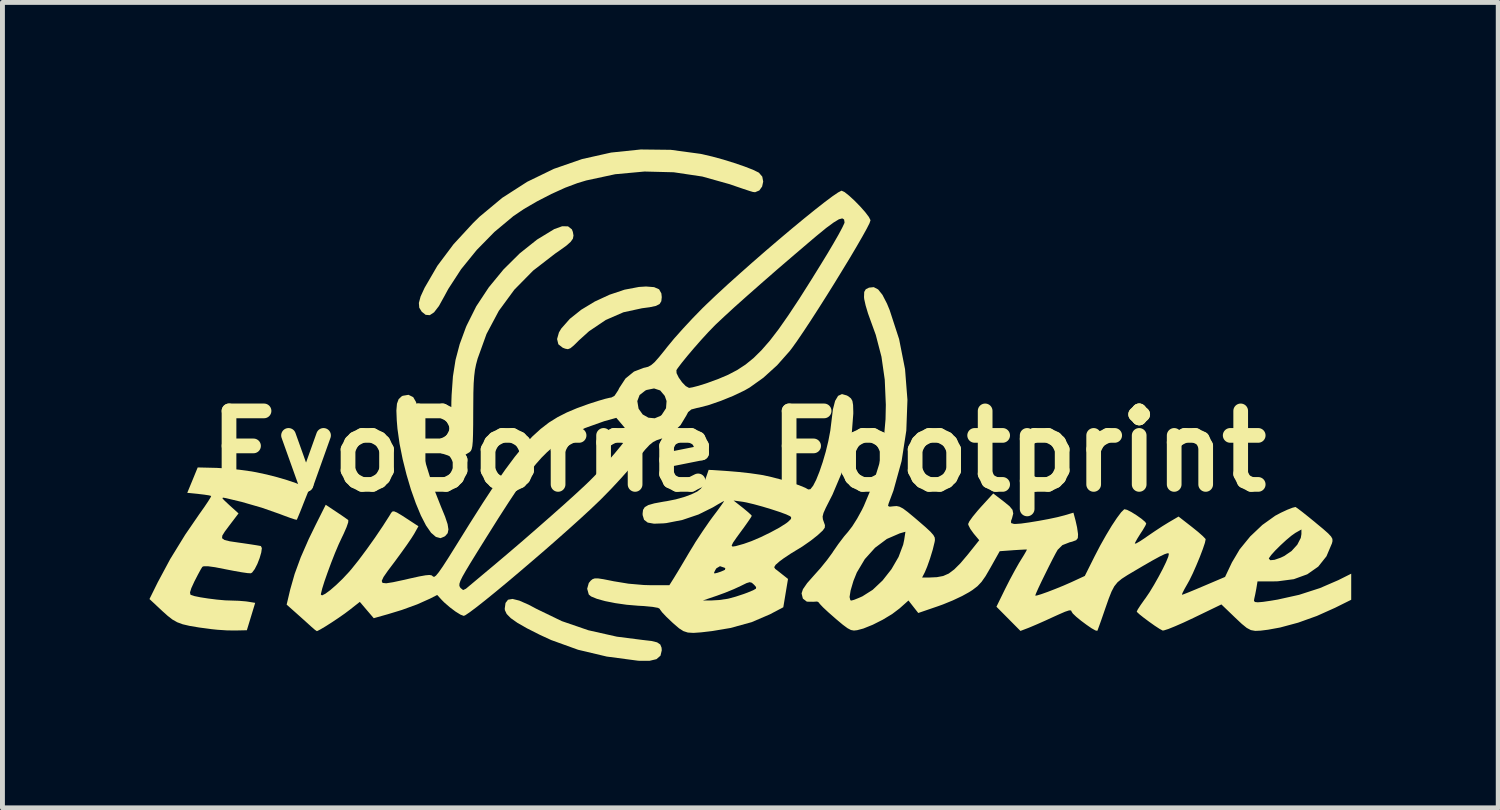
<source format=kicad_pcb>
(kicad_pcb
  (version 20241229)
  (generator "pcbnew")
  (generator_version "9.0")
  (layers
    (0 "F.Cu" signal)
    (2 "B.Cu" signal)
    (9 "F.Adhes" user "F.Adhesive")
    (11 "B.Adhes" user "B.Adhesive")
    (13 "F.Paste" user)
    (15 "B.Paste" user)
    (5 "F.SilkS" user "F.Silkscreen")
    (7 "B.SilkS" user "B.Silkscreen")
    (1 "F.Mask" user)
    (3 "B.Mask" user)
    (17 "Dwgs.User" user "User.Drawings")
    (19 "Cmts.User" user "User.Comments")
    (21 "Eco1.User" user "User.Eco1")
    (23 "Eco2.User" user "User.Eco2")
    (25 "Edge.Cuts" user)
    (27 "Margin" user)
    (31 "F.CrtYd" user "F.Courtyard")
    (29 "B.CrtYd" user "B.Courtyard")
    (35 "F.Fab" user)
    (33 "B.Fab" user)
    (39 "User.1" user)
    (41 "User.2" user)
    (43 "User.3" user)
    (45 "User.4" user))
  (footprint "EvoBorne Footprint"
    (layer "F.Cu")
    (at 12.016 6.156)
    (property "Reference" "EvoBorne Footprint" (at 0 0 0) (layer "F.SilkS") (effects (font (size 1.5 1.5) (thickness 0.3))))
    (attr board_only exclude_from_pos_files exclude_from_bom)
    (fp_poly (pts (xy -1.719 -3.347) (xy -1.618 -3.303) (xy -1.571 -3.219) (xy -1.563 -3.143) (xy -1.572 -3.06) (xy -1.607 -3.003) (xy -1.682 -2.964) (xy -1.81 -2.937) (xy -1.967 -2.916) (xy -2.345 -2.834) (xy -2.706 -2.677) (xy -3.047 -2.447) (xy -3.252 -2.262) (xy -3.357 -2.158) (xy -3.426 -2.101) (xy -3.478 -2.081) (xy -3.532 -2.091) (xy -3.584 -2.111) (xy -3.673 -2.181) (xy -3.699 -2.288) (xy -3.661 -2.423) (xy -3.613 -2.503) (xy -3.439 -2.7) (xy -3.206 -2.886) (xy -2.93 -3.053) (xy -2.63 -3.192) (xy -2.323 -3.295) (xy -2.028 -3.351) (xy -1.883 -3.36)) (stroke (width 0) (type solid)) (fill yes) (layer "F.SilkS"))
    (fp_poly (pts (xy -4.47 3.049) (xy -4.281 3.132) (xy -4.113 3.221) (xy -3.602 3.468) (xy -3.061 3.654) (xy -2.479 3.785) (xy -1.954 3.852) (xy -1.773 3.873) (xy -1.658 3.901) (xy -1.593 3.945) (xy -1.567 4.01) (xy -1.563 4.064) (xy -1.589 4.173) (xy -1.671 4.244) (xy -1.813 4.278) (xy -2.02 4.277) (xy -2.052 4.275) (xy -2.685 4.191) (xy -3.271 4.052) (xy -3.819 3.854) (xy -4.049 3.748) (xy -4.312 3.615) (xy -4.508 3.503) (xy -4.644 3.407) (xy -4.727 3.323) (xy -4.764 3.244) (xy -4.767 3.212) (xy -4.751 3.097) (xy -4.7 3.031) (xy -4.608 3.015)) (stroke (width 0) (type solid)) (fill yes) (layer "F.SilkS"))
    (fp_poly (pts (xy -6.635 -1.103) (xy -6.575 -0.999) (xy -6.562 -0.908) (xy -6.52 -0.396) (xy -6.415 0.132) (xy -6.244 0.685) (xy -6.07 1.127) (xy -5.984 1.336) (xy -5.933 1.489) (xy -5.916 1.597) (xy -5.931 1.673) (xy -5.978 1.728) (xy -5.999 1.743) (xy -6.077 1.775) (xy -6.163 1.752) (xy -6.175 1.747) (xy -6.27 1.665) (xy -6.373 1.517) (xy -6.478 1.313) (xy -6.581 1.065) (xy -6.681 0.783) (xy -6.771 0.479) (xy -6.85 0.163) (xy -6.913 -0.152) (xy -6.956 -0.458) (xy -6.97 -0.625) (xy -6.978 -0.829) (xy -6.966 -0.969) (xy -6.932 -1.061) (xy -6.873 -1.117) (xy -6.849 -1.13) (xy -6.731 -1.15)) (stroke (width 0) (type solid)) (fill yes) (layer "F.SilkS"))
    (fp_poly (pts (xy -3.476 -4.588) (xy -3.397 -4.526) (xy -3.377 -4.474) (xy -3.364 -4.4) (xy -3.376 -4.336) (xy -3.422 -4.271) (xy -3.51 -4.193) (xy -3.651 -4.092) (xy -3.739 -4.031) (xy -4.188 -3.684) (xy -4.571 -3.295) (xy -4.888 -2.863) (xy -5.139 -2.391) (xy -5.321 -1.886) (xy -5.352 -1.77) (xy -5.375 -1.657) (xy -5.39 -1.533) (xy -5.401 -1.383) (xy -5.407 -1.192) (xy -5.409 -0.944) (xy -5.41 -0.808) (xy -5.411 -0.542) (xy -5.414 -0.343) (xy -5.419 -0.201) (xy -5.428 -0.105) (xy -5.441 -0.043) (xy -5.459 -0.005) (xy -5.484 0.02) (xy -5.488 0.023) (xy -5.566 0.069) (xy -5.629 0.064) (xy -5.705 0.004) (xy -5.723 -0.014) (xy -5.781 -0.103) (xy -5.823 -0.239) (xy -5.848 -0.431) (xy -5.859 -0.684) (xy -5.856 -1.004) (xy -5.851 -1.147) (xy -5.824 -1.527) (xy -5.771 -1.862) (xy -5.686 -2.184) (xy -5.561 -2.524) (xy -5.544 -2.564) (xy -5.348 -2.956) (xy -5.093 -3.342) (xy -4.792 -3.708) (xy -4.459 -4.038) (xy -4.107 -4.318) (xy -3.757 -4.531) (xy -3.597 -4.589)) (stroke (width 0) (type solid)) (fill yes) (layer "F.SilkS"))
    (fp_poly (pts (xy -1.38 -6.149) (xy -0.774 -6.067) (xy -0.734 -6.059) (xy -0.53 -6.011) (xy -0.307 -5.95) (xy -0.082 -5.88) (xy 0.125 -5.809) (xy 0.296 -5.743) (xy 0.411 -5.687) (xy 0.42 -5.681) (xy 0.488 -5.602) (xy 0.507 -5.501) (xy 0.485 -5.4) (xy 0.428 -5.32) (xy 0.342 -5.284) (xy 0.297 -5.289) (xy 0.227 -5.31) (xy 0.103 -5.351) (xy -0.055 -5.405) (xy -0.176 -5.447) (xy -0.736 -5.604) (xy -1.319 -5.691) (xy -1.915 -5.706) (xy -2.513 -5.651) (xy -3.103 -5.524) (xy -3.282 -5.47) (xy -3.533 -5.376) (xy -3.817 -5.247) (xy -4.106 -5.098) (xy -4.375 -4.942) (xy -4.591 -4.796) (xy -4.978 -4.473) (xy -5.338 -4.106) (xy -5.657 -3.713) (xy -5.919 -3.31) (xy -6 -3.16) (xy -6.111 -2.96) (xy -6.209 -2.833) (xy -6.297 -2.775) (xy -6.381 -2.782) (xy -6.461 -2.846) (xy -6.511 -2.927) (xy -6.519 -3.025) (xy -6.484 -3.156) (xy -6.403 -3.332) (xy -6.141 -3.783) (xy -5.812 -4.222) (xy -5.412 -4.656) (xy -5.281 -4.784) (xy -4.817 -5.17) (xy -4.308 -5.497) (xy -3.764 -5.761) (xy -3.19 -5.96) (xy -2.597 -6.093) (xy -1.991 -6.156)) (stroke (width 0) (type solid)) (fill yes) (layer "F.SilkS"))
    (fp_poly (pts (xy -10.645 0.341) (xy -10.429 0.354) (xy -10.178 0.379) (xy -9.933 0.413) (xy -9.835 0.431) (xy -9.621 0.477) (xy -9.406 0.532) (xy -9.203 0.592) (xy -9.024 0.653) (xy -8.884 0.71) (xy -8.793 0.759) (xy -8.766 0.795) (xy -8.766 0.796) (xy -8.788 0.852) (xy -8.831 0.959) (xy -8.885 1.095) (xy -8.892 1.114) (xy -8.945 1.247) (xy -8.987 1.348) (xy -9.009 1.398) (xy -9.01 1.4) (xy -9.049 1.393) (xy -9.143 1.362) (xy -9.277 1.313) (xy -9.366 1.279) (xy -9.726 1.153) (xy -10.131 1.036) (xy -10.453 0.959) (xy -10.513 0.948) (xy -10.53 0.957) (xy -10.499 0.995) (xy -10.416 1.073) (xy -10.385 1.102) (xy -10.199 1.27) (xy -10.392 1.524) (xy -10.48 1.642) (xy -10.53 1.723) (xy -10.535 1.776) (xy -10.486 1.812) (xy -10.377 1.839) (xy -10.201 1.865) (xy -10.115 1.877) (xy -9.959 1.9) (xy -9.832 1.92) (xy -9.753 1.934) (xy -9.742 1.937) (xy -9.723 1.978) (xy -9.735 2.066) (xy -9.768 2.181) (xy -9.815 2.302) (xy -9.869 2.407) (xy -9.921 2.476) (xy -9.948 2.492) (xy -10.015 2.488) (xy -10.14 2.47) (xy -10.303 2.441) (xy -10.463 2.41) (xy -10.677 2.368) (xy -10.823 2.348) (xy -10.908 2.348) (xy -10.937 2.36) (xy -10.971 2.415) (xy -11.027 2.518) (xy -11.094 2.648) (xy -11.097 2.653) (xy -11.162 2.795) (xy -11.189 2.882) (xy -11.18 2.927) (xy -11.174 2.932) (xy -11.103 2.956) (xy -10.976 2.982) (xy -10.814 3.007) (xy -10.638 3.029) (xy -10.47 3.044) (xy -10.344 3.048) (xy -10.193 3.053) (xy -10.048 3.065) (xy -10 3.072) (xy -9.859 3.095) (xy -9.944 3.375) (xy -10.029 3.654) (xy -10.261 3.659) (xy -10.434 3.657) (xy -10.63 3.644) (xy -10.746 3.632) (xy -11.001 3.598) (xy -11.193 3.566) (xy -11.339 3.532) (xy -11.452 3.49) (xy -11.55 3.434) (xy -11.646 3.359) (xy -11.753 3.263) (xy -12.016 3.017) (xy -11.848 2.677) (xy -11.592 2.2) (xy -11.287 1.704) (xy -11.003 1.29) (xy -10.901 1.146) (xy -10.82 1.026) (xy -10.77 0.945) (xy -10.757 0.914) (xy -10.801 0.902) (xy -10.899 0.887) (xy -11.009 0.874) (xy -11.245 0.85) (xy -11.138 0.591) (xy -11.032 0.332)) (stroke (width 0) (type solid)) (fill yes) (layer "F.SilkS"))
    (fp_poly (pts (xy 2.215 -1.136) (xy 2.249 -1.116) (xy 2.298 -1.076) (xy 2.327 -1.025) (xy 2.341 -0.942) (xy 2.345 -0.805) (xy 2.345 -0.764) (xy 2.315 -0.376) (xy 2.231 0.041) (xy 2.098 0.468) (xy 1.921 0.886) (xy 1.861 1.004) (xy 1.783 1.158) (xy 1.737 1.261) (xy 1.719 1.333) (xy 1.725 1.391) (xy 1.743 1.442) (xy 1.767 1.51) (xy 1.763 1.562) (xy 1.721 1.62) (xy 1.631 1.703) (xy 1.613 1.719) (xy 1.472 1.83) (xy 1.308 1.944) (xy 1.215 2.001) (xy 1.069 2.09) (xy 0.925 2.186) (xy 0.847 2.243) (xy 0.76 2.319) (xy 0.731 2.367) (xy 0.752 2.402) (xy 0.752 2.402) (xy 0.82 2.454) (xy 0.908 2.524) (xy 0.909 2.525) (xy 1.013 2.607) (xy 0.965 2.896) (xy 0.917 3.185) (xy 0.644 3.329) (xy 0.271 3.489) (xy -0.162 3.608) (xy -0.546 3.672) (xy -0.761 3.697) (xy -0.916 3.708) (xy -1.031 3.701) (xy -1.123 3.671) (xy -1.21 3.615) (xy -1.313 3.527) (xy -1.358 3.486) (xy -1.47 3.379) (xy -1.555 3.289) (xy -1.599 3.23) (xy -1.602 3.22) (xy -1.64 3.197) (xy -1.751 3.177) (xy -1.929 3.16) (xy -2.042 3.154) (xy -2.279 3.134) (xy -2.509 3.101) (xy -2.716 3.06) (xy -2.768 3.046) (xy -0.723 3.046) (xy -0.547 3.046) (xy -0.39 3.037) (xy -0.225 3.013) (xy -0.195 3.007) (xy -0.053 2.968) (xy 0.111 2.914) (xy 0.189 2.885) (xy 0.304 2.837) (xy 0.359 2.805) (xy 0.362 2.774) (xy 0.327 2.732) (xy 0.321 2.726) (xy 0.275 2.685) (xy 0.231 2.673) (xy 0.167 2.692) (xy 0.059 2.745) (xy 0.047 2.751) (xy -0.094 2.816) (xy -0.27 2.888) (xy -0.437 2.949) (xy -0.723 3.046) (xy -2.768 3.046) (xy -2.886 3.013) (xy -3.005 2.964) (xy -3.052 2.925) (xy -3.085 2.807) (xy -3.052 2.69) (xy -3.012 2.641) (xy -2.974 2.611) (xy -2.93 2.596) (xy -2.862 2.596) (xy -2.756 2.612) (xy -2.594 2.644) (xy -2.546 2.654) (xy -2.241 2.704) (xy -1.928 2.731) (xy -1.781 2.735) (xy -1.408 2.735) (xy -1.316 2.589) (xy -1.258 2.494) (xy -1.248 2.478) (xy -0.496 2.478) (xy -0.487 2.496) (xy -0.428 2.482) (xy -0.354 2.457) (xy -0.274 2.421) (xy -0.266 2.39) (xy -0.28 2.379) (xy -0.375 2.347) (xy -0.448 2.39) (xy -0.469 2.423) (xy -0.496 2.478) (xy -1.248 2.478) (xy -1.173 2.353) (xy -1.074 2.186) (xy -0.998 2.057) (xy -0.918 1.927) (xy -0.137 1.927) (xy -0.119 1.947) (xy -0.053 1.937) (xy 0.061 1.905) (xy 0.111 1.891) (xy 0.269 1.835) (xy 0.458 1.754) (xy 0.655 1.658) (xy 0.835 1.561) (xy 0.975 1.472) (xy 1.014 1.442) (xy 1.075 1.382) (xy 1.076 1.345) (xy 1.053 1.326) (xy 0.974 1.289) (xy 0.84 1.24) (xy 0.672 1.185) (xy 0.49 1.13) (xy 0.314 1.082) (xy 0.167 1.047) (xy 0.098 1.034) (xy -0.098 1.007) (xy 0.088 1.153) (xy 0.186 1.234) (xy 0.253 1.294) (xy 0.274 1.319) (xy 0.252 1.358) (xy 0.195 1.442) (xy 0.113 1.558) (xy 0.084 1.597) (xy -0.035 1.76) (xy -0.109 1.867) (xy -0.137 1.927) (xy -0.918 1.927) (xy -0.875 1.855) (xy -0.73 1.635) (xy -0.589 1.43) (xy -0.526 1.344) (xy -0.425 1.21) (xy -0.347 1.102) (xy -0.3 1.034) (xy -0.291 1.016) (xy -0.328 1.035) (xy -0.413 1.083) (xy -0.519 1.146) (xy -0.813 1.292) (xy -1.141 1.403) (xy -1.467 1.467) (xy -1.527 1.473) (xy -1.721 1.48) (xy -1.85 1.457) (xy -1.924 1.4) (xy -1.953 1.305) (xy -1.954 1.273) (xy -1.945 1.198) (xy -1.91 1.142) (xy -1.838 1.1) (xy -1.716 1.065) (xy -1.532 1.031) (xy -1.456 1.019) (xy -1.276 0.983) (xy -1.09 0.93) (xy -0.961 0.882) (xy -0.837 0.822) (xy -0.763 0.763) (xy -0.713 0.679) (xy -0.677 0.585) (xy -0.606 0.381) (xy -0.202 0.407) (xy 0.012 0.425) (xy 0.238 0.45) (xy 0.439 0.479) (xy 0.506 0.49) (xy 0.685 0.53) (xy 0.88 0.581) (xy 1.07 0.638) (xy 1.238 0.695) (xy 1.365 0.747) (xy 1.426 0.781) (xy 1.47 0.776) (xy 1.526 0.705) (xy 1.589 0.582) (xy 1.655 0.417) (xy 1.721 0.223) (xy 1.783 0.011) (xy 1.836 -0.207) (xy 1.876 -0.418) (xy 1.899 -0.604) (xy 1.929 -0.852) (xy 1.974 -1.026) (xy 2.035 -1.129) (xy 2.114 -1.165)) (stroke (width 0) (type solid)) (fill yes) (layer "F.SilkS"))
    (fp_poly (pts (xy 2.167 -5.287) (xy 2.26 -5.213) (xy 2.372 -5.11) (xy 2.486 -4.993) (xy 2.588 -4.878) (xy 2.663 -4.779) (xy 2.696 -4.714) (xy 2.696 -4.71) (xy 2.676 -4.651) (xy 2.618 -4.537) (xy 2.528 -4.375) (xy 2.412 -4.174) (xy 2.276 -3.944) (xy 2.123 -3.693) (xy 1.962 -3.43) (xy 1.796 -3.164) (xy 1.631 -2.904) (xy 1.473 -2.659) (xy 1.327 -2.438) (xy 1.199 -2.25) (xy 1.094 -2.103) (xy 1.048 -2.043) (xy 0.79 -1.752) (xy 0.511 -1.499) (xy 0.231 -1.299) (xy 0.124 -1.238) (xy -0.107 -1.128) (xy -0.356 -1.027) (xy -0.595 -0.944) (xy -0.8 -0.89) (xy -0.846 -0.881) (xy -0.96 -0.851) (xy -1.025 -0.797) (xy -1.06 -0.73) (xy -1.18 -0.531) (xy -1.349 -0.369) (xy -1.548 -0.263) (xy -1.578 -0.253) (xy -1.666 -0.224) (xy -1.74 -0.186) (xy -1.813 -0.127) (xy -1.899 -0.035) (xy -2.011 0.101) (xy -2.079 0.187) (xy -2.219 0.356) (xy -2.398 0.557) (xy -2.593 0.767) (xy -2.786 0.964) (xy -2.841 1.018) (xy -3.015 1.184) (xy -3.221 1.374) (xy -3.452 1.582) (xy -3.7 1.802) (xy -3.959 2.029) (xy -4.222 2.255) (xy -4.481 2.476) (xy -4.73 2.686) (xy -4.961 2.877) (xy -5.168 3.045) (xy -5.343 3.183) (xy -5.479 3.285) (xy -5.569 3.346) (xy -5.603 3.361) (xy -5.669 3.336) (xy -5.771 3.273) (xy -5.888 3.185) (xy -5.999 3.089) (xy -6.052 3.036) (xy -6.145 2.934) (xy -6.292 3.009) (xy -6.551 3.125) (xy -6.867 3.24) (xy -7.149 3.326) (xy -7.44 3.408) (xy -7.582 3.242) (xy -7.724 3.075) (xy -7.926 3.234) (xy -8.03 3.312) (xy -8.16 3.403) (xy -8.298 3.495) (xy -8.427 3.577) (xy -8.532 3.639) (xy -8.594 3.67) (xy -8.602 3.672) (xy -8.637 3.648) (xy -8.709 3.586) (xy -8.754 3.545) (xy -8.869 3.441) (xy -9 3.324) (xy -9.055 3.275) (xy -9.217 3.131) (xy -9.144 2.822) (xy -9.054 2.506) (xy -8.93 2.167) (xy -8.766 1.792) (xy -8.626 1.505) (xy -8.42 1.094) (xy -8.206 1.236) (xy -8.091 1.313) (xy -8.001 1.376) (xy -7.959 1.407) (xy -7.961 1.452) (xy -7.994 1.549) (xy -8.052 1.682) (xy -8.088 1.757) (xy -8.155 1.9) (xy -8.23 2.077) (xy -8.307 2.273) (xy -8.38 2.47) (xy -8.444 2.652) (xy -8.491 2.802) (xy -8.516 2.904) (xy -8.519 2.928) (xy -8.494 2.943) (xy -8.427 2.909) (xy -8.328 2.836) (xy -8.222 2.744) (xy -5.693 2.744) (xy -5.682 2.773) (xy -5.666 2.794) (xy -5.616 2.834) (xy -5.561 2.808) (xy -5.553 2.802) (xy -5.503 2.76) (xy -5.405 2.678) (xy -5.269 2.564) (xy -5.108 2.429) (xy -4.982 2.324) (xy -4.695 2.081) (xy -4.398 1.827) (xy -4.102 1.569) (xy -3.816 1.318) (xy -3.551 1.083) (xy -3.319 0.873) (xy -3.129 0.697) (xy -3.028 0.6) (xy -2.915 0.485) (xy -2.785 0.344) (xy -2.649 0.19) (xy -2.516 0.036) (xy -2.398 -0.107) (xy -2.304 -0.227) (xy -2.244 -0.312) (xy -2.228 -0.346) (xy -2.252 -0.388) (xy -2.311 -0.467) (xy -2.359 -0.526) (xy -2.49 -0.68) (xy -2.736 -0.612) (xy -3.129 -0.472) (xy -3.496 -0.284) (xy -3.815 -0.058) (xy -3.907 0.024) (xy -4.015 0.132) (xy -4.125 0.256) (xy -4.243 0.402) (xy -4.374 0.58) (xy -4.523 0.795) (xy -4.695 1.055) (xy -4.896 1.367) (xy -5.129 1.738) (xy -5.171 1.805) (xy -5.338 2.073) (xy -5.468 2.284) (xy -5.564 2.444) (xy -5.631 2.562) (xy -5.672 2.646) (xy -5.691 2.704) (xy -5.693 2.744) (xy -8.222 2.744) (xy -8.208 2.732) (xy -8.077 2.606) (xy -7.947 2.467) (xy -7.892 2.403) (xy -7.751 2.227) (xy -7.586 2.006) (xy -7.415 1.766) (xy -7.255 1.529) (xy -7.121 1.32) (xy -7.089 1.266) (xy -7.063 1.233) (xy -7.027 1.227) (xy -6.966 1.252) (xy -6.864 1.313) (xy -6.787 1.363) (xy -6.528 1.532) (xy -6.615 1.687) (xy -6.671 1.776) (xy -6.763 1.911) (xy -6.879 2.073) (xy -7.005 2.245) (xy -7.023 2.269) (xy -7.154 2.443) (xy -7.24 2.567) (xy -7.277 2.647) (xy -7.261 2.688) (xy -7.185 2.696) (xy -7.046 2.674) (xy -6.837 2.629) (xy -6.702 2.598) (xy -6.512 2.556) (xy -6.383 2.533) (xy -6.303 2.526) (xy -6.256 2.535) (xy -6.23 2.558) (xy -6.207 2.565) (xy -6.17 2.539) (xy -6.113 2.47) (xy -6.032 2.354) (xy -5.922 2.184) (xy -5.783 1.962) (xy -5.482 1.478) (xy -5.214 1.056) (xy -4.975 0.692) (xy -4.759 0.38) (xy -4.562 0.115) (xy -4.38 -0.109) (xy -4.206 -0.297) (xy -4.035 -0.453) (xy -3.864 -0.585) (xy -3.687 -0.695) (xy -3.498 -0.791) (xy -3.294 -0.877) (xy -3.068 -0.959) (xy -3.02 -0.975) (xy -2.872 -1.022) (xy -2.062 -1.022) (xy -2.037 -0.873) (xy -2.034 -0.864) (xy -1.952 -0.749) (xy -1.835 -0.683) (xy -1.706 -0.671) (xy -1.587 -0.721) (xy -1.564 -0.741) (xy -1.476 -0.876) (xy -1.465 -1.023) (xy -1.502 -1.128) (xy -1.595 -1.239) (xy -1.72 -1.28) (xy -1.872 -1.249) (xy -1.898 -1.237) (xy -2.015 -1.146) (xy -2.062 -1.022) (xy -2.872 -1.022) (xy -2.858 -1.027) (xy -2.718 -1.068) (xy -2.62 -1.091) (xy -2.593 -1.094) (xy -2.527 -1.13) (xy -2.454 -1.24) (xy -2.43 -1.289) (xy -2.303 -1.483) (xy -2.13 -1.624) (xy -2.055 -1.653) (xy -1.264 -1.653) (xy -1.261 -1.592) (xy -1.217 -1.502) (xy -1.149 -1.406) (xy -1.074 -1.328) (xy -1.009 -1.292) (xy -1.003 -1.291) (xy -0.934 -1.303) (xy -0.814 -1.334) (xy -0.667 -1.38) (xy -0.632 -1.392) (xy -0.408 -1.474) (xy -0.208 -1.559) (xy -0.025 -1.655) (xy 0.145 -1.766) (xy 0.31 -1.9) (xy 0.474 -2.062) (xy 0.644 -2.257) (xy 0.825 -2.493) (xy 1.022 -2.775) (xy 1.243 -3.109) (xy 1.491 -3.501) (xy 1.682 -3.809) (xy 1.819 -4.033) (xy 1.941 -4.239) (xy 2.043 -4.417) (xy 2.117 -4.555) (xy 2.159 -4.643) (xy 2.167 -4.667) (xy 2.157 -4.728) (xy 2.12 -4.75) (xy 2.051 -4.731) (xy 1.944 -4.666) (xy 1.793 -4.555) (xy 1.594 -4.392) (xy 1.499 -4.312) (xy 1.139 -4.005) (xy 0.793 -3.708) (xy 0.47 -3.426) (xy 0.176 -3.167) (xy -0.082 -2.937) (xy -0.295 -2.741) (xy -0.458 -2.588) (xy -0.494 -2.552) (xy -0.616 -2.426) (xy -0.757 -2.272) (xy -0.903 -2.106) (xy -1.041 -1.943) (xy -1.158 -1.799) (xy -1.24 -1.69) (xy -1.264 -1.653) (xy -2.055 -1.653) (xy -1.926 -1.702) (xy -1.907 -1.705) (xy -1.841 -1.722) (xy -1.779 -1.756) (xy -1.708 -1.817) (xy -1.619 -1.918) (xy -1.498 -2.067) (xy -1.453 -2.125) (xy -1.312 -2.296) (xy -1.132 -2.498) (xy -0.934 -2.711) (xy -0.736 -2.914) (xy -0.659 -2.989) (xy -0.454 -3.184) (xy -0.222 -3.398) (xy 0.03 -3.624) (xy 0.294 -3.858) (xy 0.564 -4.093) (xy 0.833 -4.323) (xy 1.094 -4.543) (xy 1.34 -4.746) (xy 1.564 -4.927) (xy 1.759 -5.08) (xy 1.919 -5.2) (xy 2.035 -5.279) (xy 2.102 -5.314) (xy 2.108 -5.314)) (stroke (width 0) (type solid)) (fill yes) (layer "F.SilkS"))
    (fp_poly (pts (xy 2.852 -3.3) (xy 2.94 -3.19) (xy 3.032 -3.012) (xy 3.087 -2.879) (xy 3.28 -2.286) (xy 3.401 -1.673) (xy 3.45 -1.047) (xy 3.427 -0.42) (xy 3.331 0.201) (xy 3.164 0.806) (xy 3.065 1.07) (xy 3.054 1.118) (xy 3.087 1.133) (xy 3.169 1.124) (xy 3.23 1.12) (xy 3.289 1.133) (xy 3.36 1.17) (xy 3.455 1.241) (xy 3.589 1.352) (xy 3.665 1.417) (xy 3.818 1.549) (xy 3.919 1.643) (xy 3.979 1.711) (xy 4.007 1.763) (xy 4.011 1.812) (xy 4.005 1.851) (xy 3.966 2.011) (xy 3.911 2.191) (xy 3.852 2.358) (xy 3.804 2.472) (xy 3.749 2.579) (xy 3.897 2.578) (xy 4.051 2.571) (xy 4.179 2.547) (xy 4.293 2.497) (xy 4.406 2.412) (xy 4.533 2.285) (xy 4.685 2.105) (xy 4.763 2.007) (xy 4.915 1.817) (xy 4.802 1.682) (xy 4.733 1.586) (xy 4.693 1.506) (xy 4.689 1.485) (xy 4.714 1.431) (xy 4.782 1.336) (xy 4.88 1.217) (xy 4.945 1.143) (xy 5.201 0.863) (xy 5.415 1.027) (xy 5.533 1.123) (xy 5.594 1.197) (xy 5.609 1.272) (xy 5.584 1.37) (xy 5.564 1.423) (xy 5.565 1.467) (xy 5.622 1.484) (xy 5.657 1.485) (xy 5.769 1.477) (xy 5.934 1.454) (xy 6.129 1.422) (xy 6.329 1.385) (xy 6.512 1.346) (xy 6.652 1.31) (xy 6.837 1.255) (xy 6.881 1.419) (xy 6.911 1.553) (xy 6.929 1.678) (xy 6.931 1.7) (xy 6.927 1.773) (xy 6.893 1.816) (xy 6.81 1.847) (xy 6.761 1.859) (xy 6.612 1.917) (xy 6.516 2.012) (xy 6.514 2.015) (xy 6.473 2.087) (xy 6.411 2.205) (xy 6.337 2.351) (xy 6.258 2.511) (xy 6.182 2.666) (xy 6.118 2.802) (xy 6.074 2.901) (xy 6.057 2.947) (xy 6.057 2.947) (xy 6.09 2.945) (xy 6.18 2.918) (xy 6.31 2.872) (xy 6.465 2.812) (xy 6.63 2.745) (xy 6.788 2.676) (xy 6.827 2.658) (xy 7.069 2.546) (xy 7.271 2.142) (xy 7.385 1.923) (xy 7.504 1.712) (xy 7.619 1.521) (xy 7.724 1.363) (xy 7.81 1.248) (xy 7.871 1.188) (xy 7.878 1.185) (xy 7.931 1.197) (xy 8.021 1.243) (xy 8.128 1.31) (xy 8.228 1.381) (xy 8.301 1.444) (xy 8.323 1.478) (xy 8.303 1.523) (xy 8.252 1.61) (xy 8.206 1.68) (xy 8.141 1.784) (xy 8.098 1.862) (xy 8.089 1.887) (xy 8.118 1.882) (xy 8.195 1.838) (xy 8.304 1.766) (xy 8.333 1.745) (xy 8.488 1.639) (xy 8.652 1.531) (xy 8.779 1.453) (xy 8.982 1.334) (xy 9.258 1.549) (xy 9.381 1.648) (xy 9.476 1.732) (xy 9.529 1.787) (xy 9.535 1.799) (xy 9.519 1.873) (xy 9.477 1.998) (xy 9.417 2.156) (xy 9.346 2.327) (xy 9.273 2.493) (xy 9.204 2.634) (xy 9.165 2.704) (xy 9.101 2.817) (xy 9.06 2.898) (xy 9.052 2.931) (xy 9.053 2.931) (xy 9.096 2.916) (xy 9.195 2.877) (xy 9.337 2.818) (xy 9.503 2.748) (xy 9.931 2.566) (xy 10.071 2.27) (xy 10.117 2.193) (xy 10.824 2.193) (xy 10.855 2.225) (xy 10.94 2.217) (xy 11.067 2.173) (xy 11.138 2.139) (xy 11.287 2.038) (xy 11.405 1.908) (xy 11.476 1.77) (xy 11.489 1.692) (xy 11.489 1.598) (xy 11.365 1.668) (xy 11.283 1.726) (xy 11.177 1.815) (xy 11.063 1.92) (xy 10.956 2.026) (xy 10.873 2.118) (xy 10.828 2.181) (xy 10.824 2.193) (xy 10.117 2.193) (xy 10.23 2.002) (xy 10.444 1.74) (xy 10.692 1.505) (xy 10.955 1.317) (xy 11.07 1.256) (xy 11.201 1.195) (xy 11.307 1.154) (xy 11.367 1.139) (xy 11.37 1.14) (xy 11.413 1.169) (xy 11.503 1.237) (xy 11.626 1.335) (xy 11.771 1.453) (xy 11.776 1.458) (xy 11.931 1.586) (xy 12.034 1.677) (xy 12.094 1.741) (xy 12.121 1.79) (xy 12.123 1.836) (xy 12.112 1.881) (xy 12 2.145) (xy 11.832 2.356) (xy 11.609 2.512) (xy 11.334 2.612) (xy 11.007 2.655) (xy 10.919 2.657) (xy 10.593 2.657) (xy 10.569 2.804) (xy 10.547 2.919) (xy 10.527 3.01) (xy 10.525 3.019) (xy 10.521 3.056) (xy 10.543 3.078) (xy 10.6 3.084) (xy 10.705 3.075) (xy 10.869 3.051) (xy 11.005 3.028) (xy 11.442 2.931) (xy 11.869 2.793) (xy 12.241 2.632) (xy 12.505 2.5) (xy 12.505 2.766) (xy 12.505 3.032) (xy 12.175 3.196) (xy 11.805 3.362) (xy 11.423 3.499) (xy 11.055 3.598) (xy 10.809 3.643) (xy 10.658 3.662) (xy 10.547 3.667) (xy 10.458 3.651) (xy 10.373 3.606) (xy 10.272 3.524) (xy 10.14 3.4) (xy 10.084 3.346) (xy 9.856 3.127) (xy 9.283 3.404) (xy 9.087 3.496) (xy 8.913 3.572) (xy 8.775 3.628) (xy 8.684 3.657) (xy 8.658 3.66) (xy 8.593 3.625) (xy 8.495 3.561) (xy 8.381 3.48) (xy 8.271 3.398) (xy 8.182 3.327) (xy 8.133 3.281) (xy 8.129 3.273) (xy 8.15 3.229) (xy 8.207 3.141) (xy 8.288 3.026) (xy 8.305 3.004) (xy 8.39 2.879) (xy 8.482 2.727) (xy 8.574 2.564) (xy 8.659 2.404) (xy 8.727 2.263) (xy 8.772 2.154) (xy 8.785 2.094) (xy 8.783 2.088) (xy 8.755 2.083) (xy 8.695 2.103) (xy 8.597 2.15) (xy 8.452 2.229) (xy 8.254 2.343) (xy 8.096 2.436) (xy 7.939 2.529) (xy 7.823 2.604) (xy 7.737 2.675) (xy 7.671 2.757) (xy 7.615 2.863) (xy 7.557 3.009) (xy 7.487 3.209) (xy 7.455 3.302) (xy 7.402 3.455) (xy 7.358 3.577) (xy 7.331 3.651) (xy 7.324 3.666) (xy 7.286 3.658) (xy 7.206 3.613) (xy 7.103 3.542) (xy 6.993 3.46) (xy 6.894 3.379) (xy 6.824 3.312) (xy 6.8 3.275) (xy 6.789 3.25) (xy 6.748 3.249) (xy 6.666 3.276) (xy 6.533 3.334) (xy 6.438 3.377) (xy 6.264 3.457) (xy 6.099 3.53) (xy 5.965 3.587) (xy 5.916 3.607) (xy 5.756 3.668) (xy 5.511 3.421) (xy 5.266 3.174) (xy 5.445 2.808) (xy 5.538 2.625) (xy 5.637 2.441) (xy 5.725 2.285) (xy 5.76 2.228) (xy 5.828 2.118) (xy 5.874 2.038) (xy 5.888 2.007) (xy 5.849 2.007) (xy 5.752 2.012) (xy 5.618 2.02) (xy 5.607 2.021) (xy 5.333 2.041) (xy 5.141 2.383) (xy 5.044 2.55) (xy 4.962 2.667) (xy 4.879 2.755) (xy 4.777 2.833) (xy 4.71 2.876) (xy 4.565 2.956) (xy 4.376 3.045) (xy 4.173 3.128) (xy 4.07 3.165) (xy 3.671 3.302) (xy 3.571 3.175) (xy 3.471 3.047) (xy 3.289 3.209) (xy 3.137 3.324) (xy 2.946 3.439) (xy 2.742 3.542) (xy 2.551 3.619) (xy 2.423 3.653) (xy 2.358 3.66) (xy 2.297 3.649) (xy 2.227 3.612) (xy 2.132 3.542) (xy 1.997 3.429) (xy 1.964 3.4) (xy 1.833 3.285) (xy 1.727 3.186) (xy 1.66 3.115) (xy 1.641 3.087) (xy 1.608 3.068) (xy 1.529 3.073) (xy 1.524 3.073) (xy 1.398 3.071) (xy 1.317 3.009) (xy 1.308 2.976) (xy 2.269 2.976) (xy 2.285 3.041) (xy 2.306 3.048) (xy 2.362 3.033) (xy 2.461 2.993) (xy 2.531 2.962) (xy 2.741 2.829) (xy 2.943 2.638) (xy 3.124 2.408) (xy 3.269 2.158) (xy 3.363 1.908) (xy 3.384 1.809) (xy 3.409 1.644) (xy 3.293 1.677) (xy 3.03 1.791) (xy 2.789 1.971) (xy 2.58 2.203) (xy 2.417 2.476) (xy 2.348 2.647) (xy 2.29 2.844) (xy 2.269 2.976) (xy 1.308 2.976) (xy 1.29 2.901) (xy 1.318 2.816) (xy 1.404 2.692) (xy 1.541 2.537) (xy 1.676 2.386) (xy 1.809 2.222) (xy 1.916 2.076) (xy 1.937 2.043) (xy 2.041 1.893) (xy 2.158 1.739) (xy 2.237 1.647) (xy 2.324 1.534) (xy 2.424 1.376) (xy 2.521 1.199) (xy 2.56 1.119) (xy 2.746 0.676) (xy 2.878 0.25) (xy 2.962 -0.184) (xy 3.003 -0.65) (xy 3.009 -0.946) (xy 2.987 -1.459) (xy 2.92 -1.927) (xy 2.804 -2.372) (xy 2.708 -2.637) (xy 2.646 -2.809) (xy 2.597 -2.973) (xy 2.568 -3.103) (xy 2.564 -3.144) (xy 2.568 -3.249) (xy 2.6 -3.304) (xy 2.666 -3.337) (xy 2.763 -3.347)) (stroke (width 0) (type solid)) (fill yes) (layer "F.SilkS")))
  (gr_rect
    (start -3 -3)
    (end 27.521 13.434)
    (stroke (width 0.1) (type default))
    (fill no)
    (layer "Edge.Cuts")))
</source>
